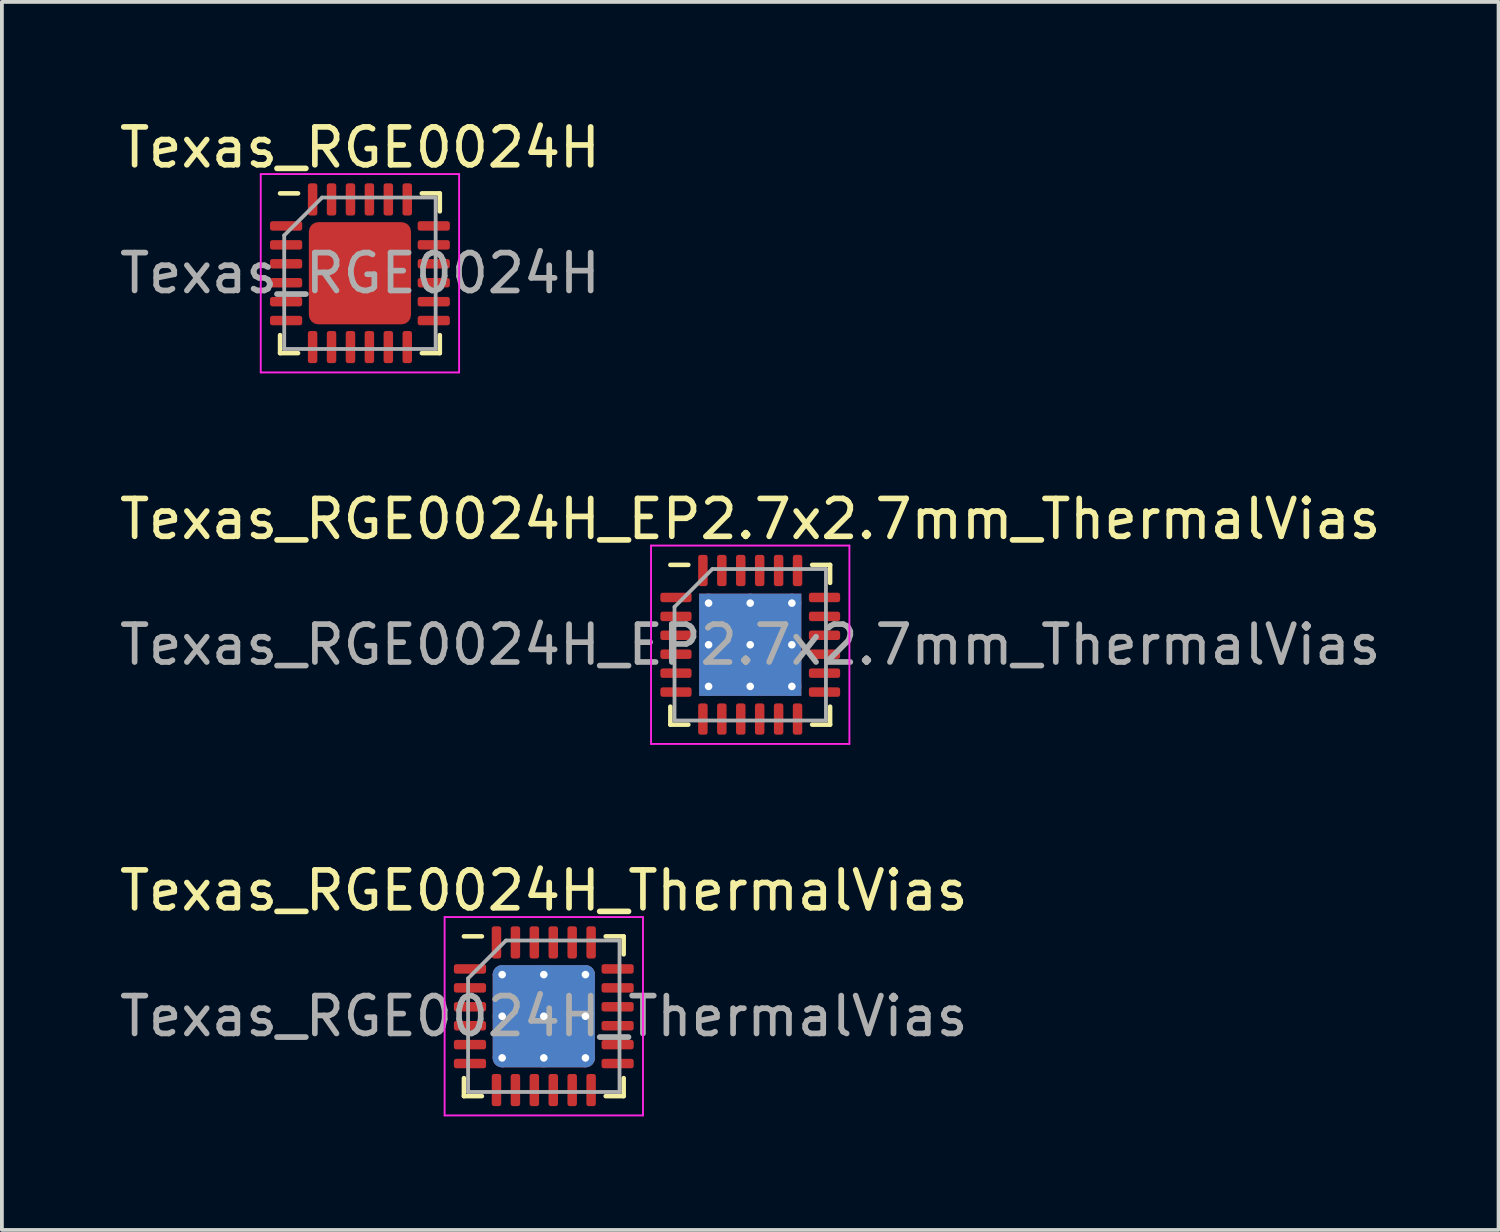
<source format=kicad_pcb>
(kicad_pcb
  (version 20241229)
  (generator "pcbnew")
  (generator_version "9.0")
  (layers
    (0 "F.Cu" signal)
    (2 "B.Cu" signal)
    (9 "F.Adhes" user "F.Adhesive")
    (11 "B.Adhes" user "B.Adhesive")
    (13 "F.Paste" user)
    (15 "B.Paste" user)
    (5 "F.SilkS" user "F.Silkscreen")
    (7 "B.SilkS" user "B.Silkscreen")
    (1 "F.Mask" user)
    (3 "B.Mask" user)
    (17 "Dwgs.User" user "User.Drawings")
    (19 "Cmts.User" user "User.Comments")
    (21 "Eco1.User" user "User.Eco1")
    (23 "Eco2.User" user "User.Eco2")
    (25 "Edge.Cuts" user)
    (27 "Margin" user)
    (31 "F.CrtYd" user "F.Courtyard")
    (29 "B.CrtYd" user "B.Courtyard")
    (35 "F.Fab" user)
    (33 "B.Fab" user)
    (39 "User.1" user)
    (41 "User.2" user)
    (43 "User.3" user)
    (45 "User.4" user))
  (footprint "Texas_RGE0024H_ThermalVias"
    (layer "F.Cu")
    (at 11.315 23.795)
    (property "Reference" "Texas_RGE0024H_ThermalVias" (at 0 -3.32 0) (layer "F.SilkS") (effects (font (size 1 1) (thickness 0.15))))
    (attr smd)
    (fp_line (start -2.11 2.11) (end -2.11 1.635) (stroke (width 0.12) (type solid)) (layer "F.SilkS"))
    (fp_line (start -1.635 -2.11) (end -2.11 -2.11) (stroke (width 0.12) (type solid)) (layer "F.SilkS"))
    (fp_line (start -1.635 2.11) (end -2.11 2.11) (stroke (width 0.12) (type solid)) (layer "F.SilkS"))
    (fp_line (start 1.635 -2.11) (end 2.11 -2.11) (stroke (width 0.12) (type solid)) (layer "F.SilkS"))
    (fp_line (start 1.635 2.11) (end 2.11 2.11) (stroke (width 0.12) (type solid)) (layer "F.SilkS"))
    (fp_line (start 2.11 -2.11) (end 2.11 -1.635) (stroke (width 0.12) (type solid)) (layer "F.SilkS"))
    (fp_line (start 2.11 2.11) (end 2.11 1.635) (stroke (width 0.12) (type solid)) (layer "F.SilkS"))
    (fp_line (start -2.62 -2.62) (end -2.62 2.62) (stroke (width 0.05) (type solid)) (layer "F.CrtYd"))
    (fp_line (start -2.62 2.62) (end 2.62 2.62) (stroke (width 0.05) (type solid)) (layer "F.CrtYd"))
    (fp_line (start 2.62 -2.62) (end -2.62 -2.62) (stroke (width 0.05) (type solid)) (layer "F.CrtYd"))
    (fp_line (start 2.62 2.62) (end 2.62 -2.62) (stroke (width 0.05) (type solid)) (layer "F.CrtYd"))
    (fp_line (start -2 -1) (end -1 -2) (stroke (width 0.1) (type solid)) (layer "F.Fab"))
    (fp_line (start -2 2) (end -2 -1) (stroke (width 0.1) (type solid)) (layer "F.Fab"))
    (fp_line (start -1 -2) (end 2 -2) (stroke (width 0.1) (type solid)) (layer "F.Fab"))
    (fp_line (start 2 -2) (end 2 2) (stroke (width 0.1) (type solid)) (layer "F.Fab"))
    (fp_line (start 2 2) (end -2 2) (stroke (width 0.1) (type solid)) (layer "F.Fab"))
    (fp_text user "${REFERENCE}" (at 0 0 0) (layer "F.Fab") (effects (font (size 1 1) (thickness 0.15))))
    (pad "" smd roundrect (at -0.675 -0.675) (size 1.19 1.19) (layers "F.Paste") (roundrect_rratio 0.21))
    (pad "" smd roundrect (at -0.675 0.675) (size 1.19 1.19) (layers "F.Paste") (roundrect_rratio 0.21))
    (pad "" smd roundrect (at 0.675 -0.675) (size 1.19 1.19) (layers "F.Paste") (roundrect_rratio 0.21))
    (pad "" smd roundrect (at 0.675 0.675) (size 1.19 1.19) (layers "F.Paste") (roundrect_rratio 0.21))
    (pad "1" smd roundrect (at -1.95 -1.25) (size 0.85 0.25) (layers "F.Cu" "F.Mask" "F.Paste") (roundrect_rratio 0.25))
    (pad "2" smd roundrect (at -1.95 -0.75) (size 0.85 0.25) (layers "F.Cu" "F.Mask" "F.Paste") (roundrect_rratio 0.25))
    (pad "3" smd roundrect (at -1.95 -0.25) (size 0.85 0.25) (layers "F.Cu" "F.Mask" "F.Paste") (roundrect_rratio 0.25))
    (pad "4" smd roundrect (at -1.95 0.25) (size 0.85 0.25) (layers "F.Cu" "F.Mask" "F.Paste") (roundrect_rratio 0.25))
    (pad "5" smd roundrect (at -1.95 0.75) (size 0.85 0.25) (layers "F.Cu" "F.Mask" "F.Paste") (roundrect_rratio 0.25))
    (pad "6" smd roundrect (at -1.95 1.25) (size 0.85 0.25) (layers "F.Cu" "F.Mask" "F.Paste") (roundrect_rratio 0.25))
    (pad "7" smd roundrect (at -1.25 1.95) (size 0.25 0.85) (layers "F.Cu" "F.Mask" "F.Paste") (roundrect_rratio 0.25))
    (pad "8" smd roundrect (at -0.75 1.95) (size 0.25 0.85) (layers "F.Cu" "F.Mask" "F.Paste") (roundrect_rratio 0.25))
    (pad "9" smd roundrect (at -0.25 1.95) (size 0.25 0.85) (layers "F.Cu" "F.Mask" "F.Paste") (roundrect_rratio 0.25))
    (pad "10" smd roundrect (at 0.25 1.95) (size 0.25 0.85) (layers "F.Cu" "F.Mask" "F.Paste") (roundrect_rratio 0.25))
    (pad "11" smd roundrect (at 0.75 1.95) (size 0.25 0.85) (layers "F.Cu" "F.Mask" "F.Paste") (roundrect_rratio 0.25))
    (pad "12" smd roundrect (at 1.25 1.95) (size 0.25 0.85) (layers "F.Cu" "F.Mask" "F.Paste") (roundrect_rratio 0.25))
    (pad "13" smd roundrect (at 1.95 1.25) (size 0.85 0.25) (layers "F.Cu" "F.Mask" "F.Paste") (roundrect_rratio 0.25))
    (pad "14" smd roundrect (at 1.95 0.75) (size 0.85 0.25) (layers "F.Cu" "F.Mask" "F.Paste") (roundrect_rratio 0.25))
    (pad "15" smd roundrect (at 1.95 0.25) (size 0.85 0.25) (layers "F.Cu" "F.Mask" "F.Paste") (roundrect_rratio 0.25))
    (pad "16" smd roundrect (at 1.95 -0.25) (size 0.85 0.25) (layers "F.Cu" "F.Mask" "F.Paste") (roundrect_rratio 0.25))
    (pad "17" smd roundrect (at 1.95 -0.75) (size 0.85 0.25) (layers "F.Cu" "F.Mask" "F.Paste") (roundrect_rratio 0.25))
    (pad "18" smd roundrect (at 1.95 -1.25) (size 0.85 0.25) (layers "F.Cu" "F.Mask" "F.Paste") (roundrect_rratio 0.25))
    (pad "19" smd roundrect (at 1.25 -1.95) (size 0.25 0.85) (layers "F.Cu" "F.Mask" "F.Paste") (roundrect_rratio 0.25))
    (pad "20" smd roundrect (at 0.75 -1.95) (size 0.25 0.85) (layers "F.Cu" "F.Mask" "F.Paste") (roundrect_rratio 0.25))
    (pad "21" smd roundrect (at 0.25 -1.95) (size 0.25 0.85) (layers "F.Cu" "F.Mask" "F.Paste") (roundrect_rratio 0.25))
    (pad "22" smd roundrect (at -0.25 -1.95) (size 0.25 0.85) (layers "F.Cu" "F.Mask" "F.Paste") (roundrect_rratio 0.25))
    (pad "23" smd roundrect (at -0.75 -1.95) (size 0.25 0.85) (layers "F.Cu" "F.Mask" "F.Paste") (roundrect_rratio 0.25))
    (pad "24" smd roundrect (at -1.25 -1.95) (size 0.25 0.85) (layers "F.Cu" "F.Mask" "F.Paste") (roundrect_rratio 0.25))
    (pad "25" thru_hole circle (at -1.1 -1.1) (size 0.5 0.5) (drill 0.2) (layers "*.Cu"))
    (pad "25" thru_hole circle (at -1.1 0) (size 0.5 0.5) (drill 0.2) (layers "*.Cu"))
    (pad "25" thru_hole circle (at -1.1 1.1) (size 0.5 0.5) (drill 0.2) (layers "*.Cu"))
    (pad "25" thru_hole circle (at 0 -1.1) (size 0.5 0.5) (drill 0.2) (layers "*.Cu"))
    (pad "25" thru_hole circle (at 0 0) (size 0.5 0.5) (drill 0.2) (layers "*.Cu"))
    (pad "25" smd roundrect (at 0 0) (size 2.7 2.7) (layers "F.Cu" "F.Mask") (roundrect_rratio 0.093))
    (pad "25" smd roundrect (at 0 0) (size 2.7 2.7) (layers "B.Cu") (roundrect_rratio 0.093))
    (pad "25" thru_hole circle (at 0 1.1) (size 0.5 0.5) (drill 0.2) (layers "*.Cu"))
    (pad "25" thru_hole circle (at 1.1 -1.1) (size 0.5 0.5) (drill 0.2) (layers "*.Cu"))
    (pad "25" thru_hole circle (at 1.1 0) (size 0.5 0.5) (drill 0.2) (layers "*.Cu"))
    (pad "25" thru_hole circle (at 1.1 1.1) (size 0.5 0.5) (drill 0.2) (layers "*.Cu")))
  (footprint "Texas_RGE0024H"
    (layer "F.Cu")
    (at 6.458 4.168)
    (property "Reference" "Texas_RGE0024H" (at 0 -3.32 0) (layer "F.SilkS") (effects (font (size 1 1) (thickness 0.15))))
    (attr smd)
    (fp_line (start -2.11 2.11) (end -2.11 1.635) (stroke (width 0.12) (type solid)) (layer "F.SilkS"))
    (fp_line (start -1.635 -2.11) (end -2.11 -2.11) (stroke (width 0.12) (type solid)) (layer "F.SilkS"))
    (fp_line (start -1.635 2.11) (end -2.11 2.11) (stroke (width 0.12) (type solid)) (layer "F.SilkS"))
    (fp_line (start 1.635 -2.11) (end 2.11 -2.11) (stroke (width 0.12) (type solid)) (layer "F.SilkS"))
    (fp_line (start 1.635 2.11) (end 2.11 2.11) (stroke (width 0.12) (type solid)) (layer "F.SilkS"))
    (fp_line (start 2.11 -2.11) (end 2.11 -1.635) (stroke (width 0.12) (type solid)) (layer "F.SilkS"))
    (fp_line (start 2.11 2.11) (end 2.11 1.635) (stroke (width 0.12) (type solid)) (layer "F.SilkS"))
    (fp_line (start -2.62 -2.62) (end -2.62 2.62) (stroke (width 0.05) (type solid)) (layer "F.CrtYd"))
    (fp_line (start -2.62 2.62) (end 2.62 2.62) (stroke (width 0.05) (type solid)) (layer "F.CrtYd"))
    (fp_line (start 2.62 -2.62) (end -2.62 -2.62) (stroke (width 0.05) (type solid)) (layer "F.CrtYd"))
    (fp_line (start 2.62 2.62) (end 2.62 -2.62) (stroke (width 0.05) (type solid)) (layer "F.CrtYd"))
    (fp_line (start -2 -1) (end -1 -2) (stroke (width 0.1) (type solid)) (layer "F.Fab"))
    (fp_line (start -2 2) (end -2 -1) (stroke (width 0.1) (type solid)) (layer "F.Fab"))
    (fp_line (start -1 -2) (end 2 -2) (stroke (width 0.1) (type solid)) (layer "F.Fab"))
    (fp_line (start 2 -2) (end 2 2) (stroke (width 0.1) (type solid)) (layer "F.Fab"))
    (fp_line (start 2 2) (end -2 2) (stroke (width 0.1) (type solid)) (layer "F.Fab"))
    (fp_text user "${REFERENCE}" (at 0 0 0) (layer "F.Fab") (effects (font (size 1 1) (thickness 0.15))))
    (pad "" smd roundrect (at -0.675 -0.675) (size 1.19 1.19) (layers "F.Paste") (roundrect_rratio 0.21))
    (pad "" smd roundrect (at -0.675 0.675) (size 1.19 1.19) (layers "F.Paste") (roundrect_rratio 0.21))
    (pad "" smd roundrect (at 0.675 -0.675) (size 1.19 1.19) (layers "F.Paste") (roundrect_rratio 0.21))
    (pad "" smd roundrect (at 0.675 0.675) (size 1.19 1.19) (layers "F.Paste") (roundrect_rratio 0.21))
    (pad "1" smd roundrect (at -1.95 -1.25) (size 0.85 0.25) (layers "F.Cu" "F.Mask" "F.Paste") (roundrect_rratio 0.25))
    (pad "2" smd roundrect (at -1.95 -0.75) (size 0.85 0.25) (layers "F.Cu" "F.Mask" "F.Paste") (roundrect_rratio 0.25))
    (pad "3" smd roundrect (at -1.95 -0.25) (size 0.85 0.25) (layers "F.Cu" "F.Mask" "F.Paste") (roundrect_rratio 0.25))
    (pad "4" smd roundrect (at -1.95 0.25) (size 0.85 0.25) (layers "F.Cu" "F.Mask" "F.Paste") (roundrect_rratio 0.25))
    (pad "5" smd roundrect (at -1.95 0.75) (size 0.85 0.25) (layers "F.Cu" "F.Mask" "F.Paste") (roundrect_rratio 0.25))
    (pad "6" smd roundrect (at -1.95 1.25) (size 0.85 0.25) (layers "F.Cu" "F.Mask" "F.Paste") (roundrect_rratio 0.25))
    (pad "7" smd roundrect (at -1.25 1.95) (size 0.25 0.85) (layers "F.Cu" "F.Mask" "F.Paste") (roundrect_rratio 0.25))
    (pad "8" smd roundrect (at -0.75 1.95) (size 0.25 0.85) (layers "F.Cu" "F.Mask" "F.Paste") (roundrect_rratio 0.25))
    (pad "9" smd roundrect (at -0.25 1.95) (size 0.25 0.85) (layers "F.Cu" "F.Mask" "F.Paste") (roundrect_rratio 0.25))
    (pad "10" smd roundrect (at 0.25 1.95) (size 0.25 0.85) (layers "F.Cu" "F.Mask" "F.Paste") (roundrect_rratio 0.25))
    (pad "11" smd roundrect (at 0.75 1.95) (size 0.25 0.85) (layers "F.Cu" "F.Mask" "F.Paste") (roundrect_rratio 0.25))
    (pad "12" smd roundrect (at 1.25 1.95) (size 0.25 0.85) (layers "F.Cu" "F.Mask" "F.Paste") (roundrect_rratio 0.25))
    (pad "13" smd roundrect (at 1.95 1.25) (size 0.85 0.25) (layers "F.Cu" "F.Mask" "F.Paste") (roundrect_rratio 0.25))
    (pad "14" smd roundrect (at 1.95 0.75) (size 0.85 0.25) (layers "F.Cu" "F.Mask" "F.Paste") (roundrect_rratio 0.25))
    (pad "15" smd roundrect (at 1.95 0.25) (size 0.85 0.25) (layers "F.Cu" "F.Mask" "F.Paste") (roundrect_rratio 0.25))
    (pad "16" smd roundrect (at 1.95 -0.25) (size 0.85 0.25) (layers "F.Cu" "F.Mask" "F.Paste") (roundrect_rratio 0.25))
    (pad "17" smd roundrect (at 1.95 -0.75) (size 0.85 0.25) (layers "F.Cu" "F.Mask" "F.Paste") (roundrect_rratio 0.25))
    (pad "18" smd roundrect (at 1.95 -1.25) (size 0.85 0.25) (layers "F.Cu" "F.Mask" "F.Paste") (roundrect_rratio 0.25))
    (pad "19" smd roundrect (at 1.25 -1.95) (size 0.25 0.85) (layers "F.Cu" "F.Mask" "F.Paste") (roundrect_rratio 0.25))
    (pad "20" smd roundrect (at 0.75 -1.95) (size 0.25 0.85) (layers "F.Cu" "F.Mask" "F.Paste") (roundrect_rratio 0.25))
    (pad "21" smd roundrect (at 0.25 -1.95) (size 0.25 0.85) (layers "F.Cu" "F.Mask" "F.Paste") (roundrect_rratio 0.25))
    (pad "22" smd roundrect (at -0.25 -1.95) (size 0.25 0.85) (layers "F.Cu" "F.Mask" "F.Paste") (roundrect_rratio 0.25))
    (pad "23" smd roundrect (at -0.75 -1.95) (size 0.25 0.85) (layers "F.Cu" "F.Mask" "F.Paste") (roundrect_rratio 0.25))
    (pad "24" smd roundrect (at -1.25 -1.95) (size 0.25 0.85) (layers "F.Cu" "F.Mask" "F.Paste") (roundrect_rratio 0.25))
    (pad "25" smd roundrect (at 0 0) (size 2.7 2.7) (layers "F.Cu" "F.Mask") (roundrect_rratio 0.093)))
  (footprint "Texas_RGE0024H_EP2.7x2.7mm_ThermalVias"
    (layer "F.Cu")
    (at 16.768 13.982)
    (property "Reference" "Texas_RGE0024H_EP2.7x2.7mm_ThermalVias" (at 0 -3.32 0) (layer "F.SilkS") (effects (font (size 1 1) (thickness 0.15))))
    (attr smd)
    (fp_line (start -2.11 2.11) (end -2.11 1.635) (stroke (width 0.12) (type solid)) (layer "F.SilkS"))
    (fp_line (start -1.635 -2.11) (end -2.11 -2.11) (stroke (width 0.12) (type solid)) (layer "F.SilkS"))
    (fp_line (start -1.635 2.11) (end -2.11 2.11) (stroke (width 0.12) (type solid)) (layer "F.SilkS"))
    (fp_line (start 1.635 -2.11) (end 2.11 -2.11) (stroke (width 0.12) (type solid)) (layer "F.SilkS"))
    (fp_line (start 1.635 2.11) (end 2.11 2.11) (stroke (width 0.12) (type solid)) (layer "F.SilkS"))
    (fp_line (start 2.11 -2.11) (end 2.11 -1.635) (stroke (width 0.12) (type solid)) (layer "F.SilkS"))
    (fp_line (start 2.11 2.11) (end 2.11 1.635) (stroke (width 0.12) (type solid)) (layer "F.SilkS"))
    (fp_line (start -2.62 -2.62) (end -2.62 2.62) (stroke (width 0.05) (type solid)) (layer "F.CrtYd"))
    (fp_line (start -2.62 2.62) (end 2.62 2.62) (stroke (width 0.05) (type solid)) (layer "F.CrtYd"))
    (fp_line (start 2.62 -2.62) (end -2.62 -2.62) (stroke (width 0.05) (type solid)) (layer "F.CrtYd"))
    (fp_line (start 2.62 2.62) (end 2.62 -2.62) (stroke (width 0.05) (type solid)) (layer "F.CrtYd"))
    (fp_line (start -2 -1) (end -1 -2) (stroke (width 0.1) (type solid)) (layer "F.Fab"))
    (fp_line (start -2 2) (end -2 -1) (stroke (width 0.1) (type solid)) (layer "F.Fab"))
    (fp_line (start -1 -2) (end 2 -2) (stroke (width 0.1) (type solid)) (layer "F.Fab"))
    (fp_line (start 2 -2) (end 2 2) (stroke (width 0.1) (type solid)) (layer "F.Fab"))
    (fp_line (start 2 2) (end -2 2) (stroke (width 0.1) (type solid)) (layer "F.Fab"))
    (fp_text user "${REFERENCE}" (at 0 0 0) (layer "F.Fab") (effects (font (size 1 1) (thickness 0.15))))
    (pad "" smd roundrect (at -0.675 -0.675) (size 1.17 1.17) (layers "F.Paste") (roundrect_rratio 0.214))
    (pad "" smd roundrect (at -0.675 0.675) (size 1.17 1.17) (layers "F.Paste") (roundrect_rratio 0.214))
    (pad "" smd roundrect (at 0.675 -0.675) (size 1.17 1.17) (layers "F.Paste") (roundrect_rratio 0.214))
    (pad "" smd roundrect (at 0.675 0.675) (size 1.17 1.17) (layers "F.Paste") (roundrect_rratio 0.214))
    (pad "1" smd roundrect (at -1.962 -1.25) (size 0.825 0.25) (layers "F.Cu" "F.Mask" "F.Paste") (roundrect_rratio 0.25))
    (pad "2" smd roundrect (at -1.962 -0.75) (size 0.825 0.25) (layers "F.Cu" "F.Mask" "F.Paste") (roundrect_rratio 0.25))
    (pad "3" smd roundrect (at -1.962 -0.25) (size 0.825 0.25) (layers "F.Cu" "F.Mask" "F.Paste") (roundrect_rratio 0.25))
    (pad "4" smd roundrect (at -1.962 0.25) (size 0.825 0.25) (layers "F.Cu" "F.Mask" "F.Paste") (roundrect_rratio 0.25))
    (pad "5" smd roundrect (at -1.962 0.75) (size 0.825 0.25) (layers "F.Cu" "F.Mask" "F.Paste") (roundrect_rratio 0.25))
    (pad "6" smd roundrect (at -1.962 1.25) (size 0.825 0.25) (layers "F.Cu" "F.Mask" "F.Paste") (roundrect_rratio 0.25))
    (pad "7" smd roundrect (at -1.25 1.962) (size 0.25 0.825) (layers "F.Cu" "F.Mask" "F.Paste") (roundrect_rratio 0.25))
    (pad "8" smd roundrect (at -0.75 1.962) (size 0.25 0.825) (layers "F.Cu" "F.Mask" "F.Paste") (roundrect_rratio 0.25))
    (pad "9" smd roundrect (at -0.25 1.962) (size 0.25 0.825) (layers "F.Cu" "F.Mask" "F.Paste") (roundrect_rratio 0.25))
    (pad "10" smd roundrect (at 0.25 1.962) (size 0.25 0.825) (layers "F.Cu" "F.Mask" "F.Paste") (roundrect_rratio 0.25))
    (pad "11" smd roundrect (at 0.75 1.962) (size 0.25 0.825) (layers "F.Cu" "F.Mask" "F.Paste") (roundrect_rratio 0.25))
    (pad "12" smd roundrect (at 1.25 1.962) (size 0.25 0.825) (layers "F.Cu" "F.Mask" "F.Paste") (roundrect_rratio 0.25))
    (pad "13" smd roundrect (at 1.962 1.25) (size 0.825 0.25) (layers "F.Cu" "F.Mask" "F.Paste") (roundrect_rratio 0.25))
    (pad "14" smd roundrect (at 1.962 0.75) (size 0.825 0.25) (layers "F.Cu" "F.Mask" "F.Paste") (roundrect_rratio 0.25))
    (pad "15" smd roundrect (at 1.962 0.25) (size 0.825 0.25) (layers "F.Cu" "F.Mask" "F.Paste") (roundrect_rratio 0.25))
    (pad "16" smd roundrect (at 1.962 -0.25) (size 0.825 0.25) (layers "F.Cu" "F.Mask" "F.Paste") (roundrect_rratio 0.25))
    (pad "17" smd roundrect (at 1.962 -0.75) (size 0.825 0.25) (layers "F.Cu" "F.Mask" "F.Paste") (roundrect_rratio 0.25))
    (pad "18" smd roundrect (at 1.962 -1.25) (size 0.825 0.25) (layers "F.Cu" "F.Mask" "F.Paste") (roundrect_rratio 0.25))
    (pad "19" smd roundrect (at 1.25 -1.962) (size 0.25 0.825) (layers "F.Cu" "F.Mask" "F.Paste") (roundrect_rratio 0.25))
    (pad "20" smd roundrect (at 0.75 -1.962) (size 0.25 0.825) (layers "F.Cu" "F.Mask" "F.Paste") (roundrect_rratio 0.25))
    (pad "21" smd roundrect (at 0.25 -1.962) (size 0.25 0.825) (layers "F.Cu" "F.Mask" "F.Paste") (roundrect_rratio 0.25))
    (pad "22" smd roundrect (at -0.25 -1.962) (size 0.25 0.825) (layers "F.Cu" "F.Mask" "F.Paste") (roundrect_rratio 0.25))
    (pad "23" smd roundrect (at -0.75 -1.962) (size 0.25 0.825) (layers "F.Cu" "F.Mask" "F.Paste") (roundrect_rratio 0.25))
    (pad "24" smd roundrect (at -1.25 -1.962) (size 0.25 0.825) (layers "F.Cu" "F.Mask" "F.Paste") (roundrect_rratio 0.25))
    (pad "25" thru_hole circle (at -1.1 -1.1) (size 0.5 0.5) (drill 0.2) (layers "*.Cu"))
    (pad "25" thru_hole circle (at -1.1 0) (size 0.5 0.5) (drill 0.2) (layers "*.Cu"))
    (pad "25" thru_hole circle (at -1.1 1.1) (size 0.5 0.5) (drill 0.2) (layers "*.Cu"))
    (pad "25" thru_hole circle (at 0 -1.1) (size 0.5 0.5) (drill 0.2) (layers "*.Cu"))
    (pad "25" thru_hole circle (at 0 0) (size 0.5 0.5) (drill 0.2) (layers "*.Cu"))
    (pad "25" smd rect (at 0 0) (size 2.7 2.7) (layers "F.Cu" "F.Mask"))
    (pad "25" smd rect (at 0 0) (size 2.7 2.7) (layers "B.Cu"))
    (pad "25" thru_hole circle (at 0 1.1) (size 0.5 0.5) (drill 0.2) (layers "*.Cu"))
    (pad "25" thru_hole circle (at 1.1 -1.1) (size 0.5 0.5) (drill 0.2) (layers "*.Cu"))
    (pad "25" thru_hole circle (at 1.1 0) (size 0.5 0.5) (drill 0.2) (layers "*.Cu"))
    (pad "25" thru_hole circle (at 1.1 1.1) (size 0.5 0.5) (drill 0.2) (layers "*.Cu")))
  (gr_rect
    (start -3 -3)
    (end 36.536 29.44)
    (stroke (width 0.1) (type default))
    (fill no)
    (layer "Edge.Cuts")))
</source>
